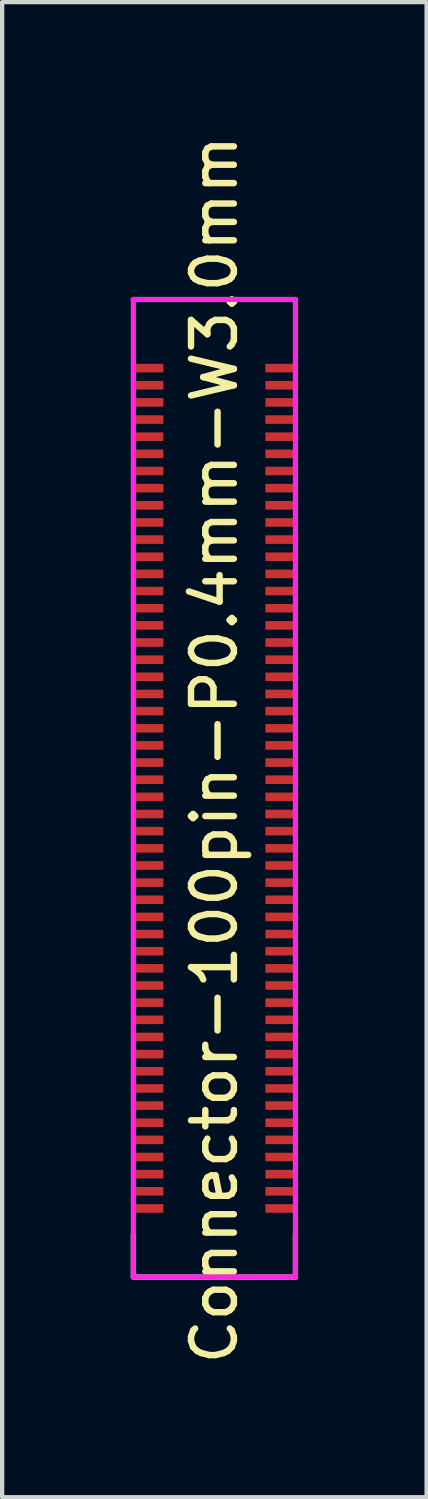
<source format=kicad_pcb>
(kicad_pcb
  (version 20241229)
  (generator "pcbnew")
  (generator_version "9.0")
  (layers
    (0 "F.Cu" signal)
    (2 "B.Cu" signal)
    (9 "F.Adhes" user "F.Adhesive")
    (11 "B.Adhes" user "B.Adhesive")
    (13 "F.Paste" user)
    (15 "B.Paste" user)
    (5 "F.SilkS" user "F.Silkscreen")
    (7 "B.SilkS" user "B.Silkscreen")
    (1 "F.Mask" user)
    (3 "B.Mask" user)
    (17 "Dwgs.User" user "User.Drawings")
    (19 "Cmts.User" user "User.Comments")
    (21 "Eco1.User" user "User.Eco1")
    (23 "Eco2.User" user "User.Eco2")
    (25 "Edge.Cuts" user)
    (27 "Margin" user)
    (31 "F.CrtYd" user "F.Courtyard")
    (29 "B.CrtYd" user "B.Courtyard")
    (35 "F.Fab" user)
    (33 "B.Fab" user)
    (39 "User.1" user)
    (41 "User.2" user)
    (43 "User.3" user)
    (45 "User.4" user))
  (footprint "Connector-100pin-P0.4mm-W3.0mm"
    (layer "F.Cu")
    (at 1.95 15.335)
    (property "Reference" "Connector-100pin-P0.4mm-W3.0mm" (at 0 -0.9 270) (layer "F.SilkS") (effects (font (size 1 1) (thickness 0.15))))
    (attr smd)
    (fp_line (start -1.89 -11.4) (end 1.89 -11.4) (stroke (width 0.12) (type solid)) (layer "F.SilkS"))
    (fp_line (start -1.89 11.4) (end -1.89 10.4) (stroke (width 0.12) (type solid)) (layer "F.SilkS"))
    (fp_line (start -1.89 11.4) (end 1.89 11.4) (stroke (width 0.12) (type solid)) (layer "F.SilkS"))
    (fp_line (start 1.89 11.4) (end 1.89 10.4) (stroke (width 0.12) (type solid)) (layer "F.SilkS"))
    (fp_line (start -1.89 -11.4) (end 1.89 -11.4) (stroke (width 0.12) (type solid)) (layer "F.CrtYd"))
    (fp_line (start -1.89 11.4) (end -1.89 -11.4) (stroke (width 0.12) (type solid)) (layer "F.CrtYd"))
    (fp_line (start 1.89 -11.4) (end 1.89 11.4) (stroke (width 0.12) (type solid)) (layer "F.CrtYd"))
    (fp_line (start 1.89 11.4) (end -1.89 11.4) (stroke (width 0.12) (type solid)) (layer "F.CrtYd"))
    (pad "1" smd rect (at -1.54 -9.8 270) (size 0.2 0.7) (layers "F.Cu" "F.Mask" "F.Paste"))
    (pad "2" smd rect (at 1.54 -9.8 270) (size 0.2 0.7) (layers "F.Cu" "F.Mask" "F.Paste"))
    (pad "3" smd rect (at -1.54 -9.4 270) (size 0.2 0.7) (layers "F.Cu" "F.Mask" "F.Paste"))
    (pad "4" smd rect (at 1.54 -9.4 270) (size 0.2 0.7) (layers "F.Cu" "F.Mask" "F.Paste"))
    (pad "5" smd rect (at -1.54 -9 270) (size 0.2 0.7) (layers "F.Cu" "F.Mask" "F.Paste"))
    (pad "6" smd rect (at 1.54 -9 270) (size 0.2 0.7) (layers "F.Cu" "F.Mask" "F.Paste"))
    (pad "7" smd rect (at -1.54 -8.6 270) (size 0.2 0.7) (layers "F.Cu" "F.Mask" "F.Paste"))
    (pad "8" smd rect (at 1.54 -8.6 270) (size 0.2 0.7) (layers "F.Cu" "F.Mask" "F.Paste"))
    (pad "9" smd rect (at -1.54 -8.2 270) (size 0.2 0.7) (layers "F.Cu" "F.Mask" "F.Paste"))
    (pad "10" smd rect (at 1.54 -8.2 270) (size 0.2 0.7) (layers "F.Cu" "F.Mask" "F.Paste"))
    (pad "11" smd rect (at -1.54 -7.8 270) (size 0.2 0.7) (layers "F.Cu" "F.Mask" "F.Paste"))
    (pad "12" smd rect (at 1.54 -7.8 270) (size 0.2 0.7) (layers "F.Cu" "F.Mask" "F.Paste"))
    (pad "13" smd rect (at -1.54 -7.4 270) (size 0.2 0.7) (layers "F.Cu" "F.Mask" "F.Paste"))
    (pad "14" smd rect (at 1.54 -7.4 270) (size 0.2 0.7) (layers "F.Cu" "F.Mask" "F.Paste"))
    (pad "15" smd rect (at -1.54 -7 270) (size 0.2 0.7) (layers "F.Cu" "F.Mask" "F.Paste"))
    (pad "16" smd rect (at 1.54 -7 270) (size 0.2 0.7) (layers "F.Cu" "F.Mask" "F.Paste"))
    (pad "17" smd rect (at -1.54 -6.6 270) (size 0.2 0.7) (layers "F.Cu" "F.Mask" "F.Paste"))
    (pad "18" smd rect (at 1.54 -6.6 270) (size 0.2 0.7) (layers "F.Cu" "F.Mask" "F.Paste"))
    (pad "19" smd rect (at -1.54 -6.2 270) (size 0.2 0.7) (layers "F.Cu" "F.Mask" "F.Paste"))
    (pad "20" smd rect (at 1.54 -6.2 270) (size 0.2 0.7) (layers "F.Cu" "F.Mask" "F.Paste"))
    (pad "21" smd rect (at -1.54 -5.8 270) (size 0.2 0.7) (layers "F.Cu" "F.Mask" "F.Paste"))
    (pad "22" smd rect (at 1.54 -5.8 270) (size 0.2 0.7) (layers "F.Cu" "F.Mask" "F.Paste"))
    (pad "23" smd rect (at -1.54 -5.4 270) (size 0.2 0.7) (layers "F.Cu" "F.Mask" "F.Paste"))
    (pad "24" smd rect (at 1.54 -5.4 270) (size 0.2 0.7) (layers "F.Cu" "F.Mask" "F.Paste"))
    (pad "25" smd rect (at -1.54 -5 270) (size 0.2 0.7) (layers "F.Cu" "F.Mask" "F.Paste"))
    (pad "26" smd rect (at 1.54 -5 270) (size 0.2 0.7) (layers "F.Cu" "F.Mask" "F.Paste"))
    (pad "27" smd rect (at -1.54 -4.6 270) (size 0.2 0.7) (layers "F.Cu" "F.Mask" "F.Paste"))
    (pad "28" smd rect (at 1.54 -4.6 270) (size 0.2 0.7) (layers "F.Cu" "F.Mask" "F.Paste"))
    (pad "29" smd rect (at -1.54 -4.2 270) (size 0.2 0.7) (layers "F.Cu" "F.Mask" "F.Paste"))
    (pad "30" smd rect (at 1.54 -4.2 270) (size 0.2 0.7) (layers "F.Cu" "F.Mask" "F.Paste"))
    (pad "31" smd rect (at -1.54 -3.8 270) (size 0.2 0.7) (layers "F.Cu" "F.Mask" "F.Paste"))
    (pad "32" smd rect (at 1.54 -3.8 270) (size 0.2 0.7) (layers "F.Cu" "F.Mask" "F.Paste"))
    (pad "33" smd rect (at -1.54 -3.4 270) (size 0.2 0.7) (layers "F.Cu" "F.Mask" "F.Paste"))
    (pad "34" smd rect (at 1.54 -3.4 270) (size 0.2 0.7) (layers "F.Cu" "F.Mask" "F.Paste"))
    (pad "35" smd rect (at -1.54 -3 270) (size 0.2 0.7) (layers "F.Cu" "F.Mask" "F.Paste"))
    (pad "36" smd rect (at 1.54 -3 270) (size 0.2 0.7) (layers "F.Cu" "F.Mask" "F.Paste"))
    (pad "37" smd rect (at -1.54 -2.6 270) (size 0.2 0.7) (layers "F.Cu" "F.Mask" "F.Paste"))
    (pad "38" smd rect (at 1.54 -2.6 270) (size 0.2 0.7) (layers "F.Cu" "F.Mask" "F.Paste"))
    (pad "39" smd rect (at -1.54 -2.2 270) (size 0.2 0.7) (layers "F.Cu" "F.Mask" "F.Paste"))
    (pad "40" smd rect (at 1.54 -2.2 270) (size 0.2 0.7) (layers "F.Cu" "F.Mask" "F.Paste"))
    (pad "41" smd rect (at -1.54 -1.8 270) (size 0.2 0.7) (layers "F.Cu" "F.Mask" "F.Paste"))
    (pad "42" smd rect (at 1.54 -1.8 270) (size 0.2 0.7) (layers "F.Cu" "F.Mask" "F.Paste"))
    (pad "43" smd rect (at -1.54 -1.4 270) (size 0.2 0.7) (layers "F.Cu" "F.Mask" "F.Paste"))
    (pad "44" smd rect (at 1.54 -1.4 270) (size 0.2 0.7) (layers "F.Cu" "F.Mask" "F.Paste"))
    (pad "45" smd rect (at -1.54 -1 270) (size 0.2 0.7) (layers "F.Cu" "F.Mask" "F.Paste"))
    (pad "46" smd rect (at 1.54 -1 270) (size 0.2 0.7) (layers "F.Cu" "F.Mask" "F.Paste"))
    (pad "47" smd rect (at -1.54 -0.6 270) (size 0.2 0.7) (layers "F.Cu" "F.Mask" "F.Paste"))
    (pad "48" smd rect (at 1.54 -0.6 270) (size 0.2 0.7) (layers "F.Cu" "F.Mask" "F.Paste"))
    (pad "49" smd rect (at -1.54 -0.2 270) (size 0.2 0.7) (layers "F.Cu" "F.Mask" "F.Paste"))
    (pad "50" smd rect (at 1.54 -0.2 270) (size 0.2 0.7) (layers "F.Cu" "F.Mask" "F.Paste"))
    (pad "51" smd rect (at -1.54 0.2 270) (size 0.2 0.7) (layers "F.Cu" "F.Mask" "F.Paste"))
    (pad "52" smd rect (at 1.54 0.2 270) (size 0.2 0.7) (layers "F.Cu" "F.Mask" "F.Paste"))
    (pad "53" smd rect (at -1.54 0.6 270) (size 0.2 0.7) (layers "F.Cu" "F.Mask" "F.Paste"))
    (pad "54" smd rect (at 1.54 0.6 270) (size 0.2 0.7) (layers "F.Cu" "F.Mask" "F.Paste"))
    (pad "55" smd rect (at -1.54 1 270) (size 0.2 0.7) (layers "F.Cu" "F.Mask" "F.Paste"))
    (pad "56" smd rect (at 1.54 1 270) (size 0.2 0.7) (layers "F.Cu" "F.Mask" "F.Paste"))
    (pad "57" smd rect (at -1.54 1.4 270) (size 0.2 0.7) (layers "F.Cu" "F.Mask" "F.Paste"))
    (pad "58" smd rect (at 1.54 1.4 270) (size 0.2 0.7) (layers "F.Cu" "F.Mask" "F.Paste"))
    (pad "59" smd rect (at -1.54 1.8 270) (size 0.2 0.7) (layers "F.Cu" "F.Mask" "F.Paste"))
    (pad "60" smd rect (at 1.54 1.8 270) (size 0.2 0.7) (layers "F.Cu" "F.Mask" "F.Paste"))
    (pad "61" smd rect (at -1.54 2.2 270) (size 0.2 0.7) (layers "F.Cu" "F.Mask" "F.Paste"))
    (pad "62" smd rect (at 1.54 2.2 270) (size 0.2 0.7) (layers "F.Cu" "F.Mask" "F.Paste"))
    (pad "63" smd rect (at -1.54 2.6 270) (size 0.2 0.7) (layers "F.Cu" "F.Mask" "F.Paste"))
    (pad "64" smd rect (at 1.54 2.6 270) (size 0.2 0.7) (layers "F.Cu" "F.Mask" "F.Paste"))
    (pad "65" smd rect (at -1.54 3 270) (size 0.2 0.7) (layers "F.Cu" "F.Mask" "F.Paste"))
    (pad "66" smd rect (at 1.54 3 270) (size 0.2 0.7) (layers "F.Cu" "F.Mask" "F.Paste"))
    (pad "67" smd rect (at -1.54 3.4 270) (size 0.2 0.7) (layers "F.Cu" "F.Mask" "F.Paste"))
    (pad "68" smd rect (at 1.54 3.4 270) (size 0.2 0.7) (layers "F.Cu" "F.Mask" "F.Paste"))
    (pad "69" smd rect (at -1.54 3.8 270) (size 0.2 0.7) (layers "F.Cu" "F.Mask" "F.Paste"))
    (pad "70" smd rect (at 1.54 3.8 270) (size 0.2 0.7) (layers "F.Cu" "F.Mask" "F.Paste"))
    (pad "71" smd rect (at -1.54 4.2 270) (size 0.2 0.7) (layers "F.Cu" "F.Mask" "F.Paste"))
    (pad "72" smd rect (at 1.54 4.2 270) (size 0.2 0.7) (layers "F.Cu" "F.Mask" "F.Paste"))
    (pad "73" smd rect (at -1.54 4.6 270) (size 0.2 0.7) (layers "F.Cu" "F.Mask" "F.Paste"))
    (pad "74" smd rect (at 1.54 4.6 270) (size 0.2 0.7) (layers "F.Cu" "F.Mask" "F.Paste"))
    (pad "75" smd rect (at -1.54 5 270) (size 0.2 0.7) (layers "F.Cu" "F.Mask" "F.Paste"))
    (pad "76" smd rect (at 1.54 5 270) (size 0.2 0.7) (layers "F.Cu" "F.Mask" "F.Paste"))
    (pad "77" smd rect (at -1.54 5.4 270) (size 0.2 0.7) (layers "F.Cu" "F.Mask" "F.Paste"))
    (pad "78" smd rect (at 1.54 5.4 270) (size 0.2 0.7) (layers "F.Cu" "F.Mask" "F.Paste"))
    (pad "79" smd rect (at -1.54 5.8 270) (size 0.2 0.7) (layers "F.Cu" "F.Mask" "F.Paste"))
    (pad "80" smd rect (at 1.54 5.8 270) (size 0.2 0.7) (layers "F.Cu" "F.Mask" "F.Paste"))
    (pad "81" smd rect (at -1.54 6.2 270) (size 0.2 0.7) (layers "F.Cu" "F.Mask" "F.Paste"))
    (pad "82" smd rect (at 1.54 6.2 270) (size 0.2 0.7) (layers "F.Cu" "F.Mask" "F.Paste"))
    (pad "83" smd rect (at -1.54 6.6 270) (size 0.2 0.7) (layers "F.Cu" "F.Mask" "F.Paste"))
    (pad "84" smd rect (at 1.54 6.6 270) (size 0.2 0.7) (layers "F.Cu" "F.Mask" "F.Paste"))
    (pad "85" smd rect (at -1.54 7 270) (size 0.2 0.7) (layers "F.Cu" "F.Mask" "F.Paste"))
    (pad "86" smd rect (at 1.54 7 270) (size 0.2 0.7) (layers "F.Cu" "F.Mask" "F.Paste"))
    (pad "87" smd rect (at -1.54 7.4 270) (size 0.2 0.7) (layers "F.Cu" "F.Mask" "F.Paste"))
    (pad "88" smd rect (at 1.54 7.4 270) (size 0.2 0.7) (layers "F.Cu" "F.Mask" "F.Paste"))
    (pad "89" smd rect (at -1.54 7.8 270) (size 0.2 0.7) (layers "F.Cu" "F.Mask" "F.Paste"))
    (pad "90" smd rect (at 1.54 7.8 270) (size 0.2 0.7) (layers "F.Cu" "F.Mask" "F.Paste"))
    (pad "91" smd rect (at -1.54 8.2 270) (size 0.2 0.7) (layers "F.Cu" "F.Mask" "F.Paste"))
    (pad "92" smd rect (at 1.54 8.2 270) (size 0.2 0.7) (layers "F.Cu" "F.Mask" "F.Paste"))
    (pad "93" smd rect (at -1.54 8.6 270) (size 0.2 0.7) (layers "F.Cu" "F.Mask" "F.Paste"))
    (pad "94" smd rect (at 1.54 8.6 270) (size 0.2 0.7) (layers "F.Cu" "F.Mask" "F.Paste"))
    (pad "95" smd rect (at -1.54 9 270) (size 0.2 0.7) (layers "F.Cu" "F.Mask" "F.Paste"))
    (pad "96" smd rect (at 1.54 9 270) (size 0.2 0.7) (layers "F.Cu" "F.Mask" "F.Paste"))
    (pad "97" smd rect (at -1.54 9.4 270) (size 0.2 0.7) (layers "F.Cu" "F.Mask" "F.Paste"))
    (pad "98" smd rect (at 1.54 9.4 270) (size 0.2 0.7) (layers "F.Cu" "F.Mask" "F.Paste"))
    (pad "99" smd rect (at -1.54 9.8 270) (size 0.2 0.7) (layers "F.Cu" "F.Mask" "F.Paste"))
    (pad "100" smd rect (at 1.54 9.8 270) (size 0.2 0.7) (layers "F.Cu" "F.Mask" "F.Paste")))
  (gr_rect
    (start -3 -3)
    (end 6.9 31.869)
    (stroke (width 0.1) (type default))
    (fill no)
    (layer "Edge.Cuts")))
</source>
